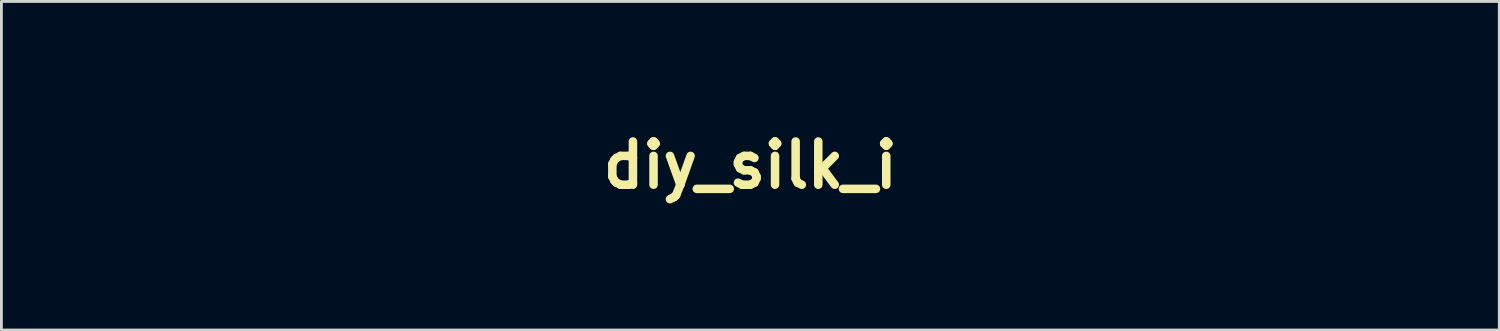
<source format=kicad_pcb>
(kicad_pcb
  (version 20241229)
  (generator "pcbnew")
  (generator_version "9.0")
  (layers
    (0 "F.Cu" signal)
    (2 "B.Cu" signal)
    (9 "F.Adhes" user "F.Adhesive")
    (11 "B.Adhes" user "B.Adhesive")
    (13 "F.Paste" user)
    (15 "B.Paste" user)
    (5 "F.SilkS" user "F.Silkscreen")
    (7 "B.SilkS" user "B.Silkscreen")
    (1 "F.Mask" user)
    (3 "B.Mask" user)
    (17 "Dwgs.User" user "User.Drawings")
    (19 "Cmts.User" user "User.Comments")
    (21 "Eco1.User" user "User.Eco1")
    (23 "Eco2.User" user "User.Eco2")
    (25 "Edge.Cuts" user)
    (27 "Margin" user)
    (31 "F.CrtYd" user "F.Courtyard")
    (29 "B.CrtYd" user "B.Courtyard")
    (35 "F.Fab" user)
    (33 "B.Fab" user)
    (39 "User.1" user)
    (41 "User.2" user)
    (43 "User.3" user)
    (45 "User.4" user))
  (footprint "diy_silk_i"
    (layer "F.Cu")
    (at 23.39 2.77)
    (property "Reference" "diy_silk_i" (at 0 0 0) (layer "F.SilkS") (effects (font (size 1.524 1.524) (thickness 0.3))))
    (attr through_hole)
    (fp_poly (pts (xy -10.101 -0.825) (xy -10.062 -0.8) (xy -10.061 -0.737) (xy -10.065 -0.711) (xy -10.083 -0.635) (xy -10.126 -0.601) (xy -10.219 -0.593) (xy -10.24 -0.593) (xy -10.34 -0.597) (xy -10.38 -0.618) (xy -10.378 -0.668) (xy -10.375 -0.681) (xy -10.355 -0.763) (xy -10.35 -0.8) (xy -10.315 -0.819) (xy -10.228 -0.829) (xy -10.198 -0.83) (xy -10.101 -0.825)) (stroke (width 0.01) (type solid)) (fill yes) (layer "F.Mask"))
    (fp_poly (pts (xy -14.444 -0.366) (xy -14.453 -0.278) (xy -14.48 -0.13) (xy -14.525 0.086) (xy -14.541 0.155) (xy -14.599 0.405) (xy -14.648 0.597) (xy -14.687 0.725) (xy -14.715 0.786) (xy -14.731 0.776) (xy -14.733 0.745) (xy -14.725 0.683) (xy -14.703 0.566) (xy -14.671 0.41) (xy -14.632 0.231) (xy -14.59 0.048) (xy -14.55 -0.122) (xy -14.515 -0.263) (xy -14.489 -0.358) (xy -14.477 -0.389) (xy -14.452 -0.401) (xy -14.444 -0.366)) (stroke (width 0.01) (type solid)) (fill yes) (layer "F.Mask"))
    (fp_poly (pts (xy -13.362 -0.863) (xy -13.324 -0.84) (xy -13.327 -0.8) (xy -13.341 -0.744) (xy -13.37 -0.622) (xy -13.41 -0.444) (xy -13.46 -0.223) (xy -13.517 0.032) (xy -13.574 0.286) (xy -13.801 1.304) (xy -13.954 1.304) (xy -14.053 1.298) (xy -14.091 1.274) (xy -14.088 1.234) (xy -14.075 1.178) (xy -14.046 1.056) (xy -14.006 0.879) (xy -13.956 0.658) (xy -13.899 0.403) (xy -13.842 0.148) (xy -13.615 -0.869) (xy -13.461 -0.869) (xy -13.362 -0.863)) (stroke (width 0.01) (type solid)) (fill yes) (layer "F.Mask"))
    (fp_poly (pts (xy 8.549 -0.377) (xy 8.543 -0.341) (xy 8.548 -0.252) (xy 8.606 -0.16) (xy 8.646 -0.117) (xy 8.769 0.005) (xy 8.72 0.226) (xy 8.687 0.355) (xy 8.65 0.428) (xy 8.593 0.47) (xy 8.532 0.493) (xy 8.393 0.578) (xy 8.329 0.667) (xy 8.267 0.779) (xy 8.228 0.829) (xy 8.216 0.817) (xy 8.226 0.745) (xy 8.25 0.617) (xy 8.287 0.453) (xy 8.33 0.267) (xy 8.377 0.076) (xy 8.423 -0.101) (xy 8.464 -0.249) (xy 8.496 -0.351) (xy 8.512 -0.389) (xy 8.546 -0.414) (xy 8.549 -0.377)) (stroke (width 0.01) (type solid)) (fill yes) (layer "F.Mask"))
    (fp_poly (pts (xy 14.25 -0.863) (xy 14.288 -0.84) (xy 14.285 -0.8) (xy 14.254 -0.678) (xy 14.213 -0.508) (xy 14.168 -0.302) (xy 14.119 -0.075) (xy 14.07 0.16) (xy 14.024 0.391) (xy 13.983 0.603) (xy 13.95 0.783) (xy 13.928 0.919) (xy 13.918 0.996) (xy 13.919 1.007) (xy 13.973 1.056) (xy 14.022 1.067) (xy 14.081 1.074) (xy 14.099 1.111) (xy 14.082 1.199) (xy 14.077 1.215) (xy 14.044 1.276) (xy 13.973 1.301) (xy 13.909 1.304) (xy 13.786 1.287) (xy 13.682 1.246) (xy 13.677 1.242) (xy 13.603 1.147) (xy 13.589 1.074) (xy 13.597 1.006) (xy 13.621 0.874) (xy 13.657 0.689) (xy 13.703 0.463) (xy 13.757 0.21) (xy 13.793 0.049) (xy 13.997 -0.869) (xy 14.151 -0.869) (xy 14.25 -0.863)) (stroke (width 0.01) (type solid)) (fill yes) (layer "F.Mask"))
    (fp_poly (pts (xy 16.803 -0.268) (xy 16.822 -0.23) (xy 16.813 -0.188) (xy 16.794 -0.096) (xy 16.789 -0.049) (xy 16.755 -0.013) (xy 16.686 0) (xy 16.529 0.031) (xy 16.38 0.11) (xy 16.272 0.22) (xy 16.268 0.228) (xy 16.241 0.295) (xy 16.203 0.42) (xy 16.158 0.583) (xy 16.11 0.765) (xy 16.065 0.946) (xy 16.029 1.107) (xy 16.005 1.228) (xy 15.998 1.282) (xy 15.963 1.296) (xy 15.876 1.303) (xy 15.84 1.304) (xy 15.739 1.3) (xy 15.699 1.279) (xy 15.701 1.226) (xy 15.708 1.196) (xy 15.725 1.122) (xy 15.756 0.987) (xy 15.797 0.805) (xy 15.844 0.593) (xy 15.879 0.436) (xy 16.024 -0.217) (xy 16.169 -0.23) (xy 16.27 -0.229) (xy 16.311 -0.202) (xy 16.314 -0.18) (xy 16.32 -0.133) (xy 16.347 -0.125) (xy 16.414 -0.157) (xy 16.481 -0.197) (xy 16.599 -0.251) (xy 16.714 -0.276) (xy 16.724 -0.276) (xy 16.803 -0.268)) (stroke (width 0.01) (type solid)) (fill yes) (layer "F.Mask"))
    (fp_poly (pts (xy -12.022 -0.721) (xy -12.077 -0.634) (xy -12.164 -0.497) (xy -12.273 -0.327) (xy -12.392 -0.14) (xy -12.43 -0.079) (xy -12.555 0.118) (xy -12.644 0.27) (xy -12.708 0.395) (xy -12.754 0.515) (xy -12.793 0.649) (xy -12.831 0.818) (xy -12.84 0.859) (xy -12.935 1.304) (xy -13.084 1.304) (xy -13.18 1.298) (xy -13.231 1.286) (xy -13.233 1.281) (xy -13.225 1.236) (xy -13.203 1.13) (xy -13.17 0.98) (xy -13.134 0.822) (xy -13.036 0.384) (xy -13.154 -0.23) (xy -13.195 -0.439) (xy -13.229 -0.62) (xy -13.255 -0.757) (xy -13.27 -0.839) (xy -13.273 -0.856) (xy -13.238 -0.864) (xy -13.15 -0.869) (xy -13.117 -0.869) (xy -13.043 -0.868) (xy -12.991 -0.855) (xy -12.956 -0.817) (xy -12.93 -0.741) (xy -12.905 -0.614) (xy -12.876 -0.422) (xy -12.875 -0.415) (xy -12.849 -0.261) (xy -12.825 -0.134) (xy -12.805 -0.058) (xy -12.802 -0.05) (xy -12.773 -0.062) (xy -12.713 -0.135) (xy -12.627 -0.261) (xy -12.522 -0.432) (xy -12.521 -0.434) (xy -12.265 -0.867) (xy -12.097 -0.868) (xy -11.929 -0.869) (xy -12.022 -0.721)) (stroke (width 0.01) (type solid)) (fill yes) (layer "F.Mask"))
    (fp_poly (pts (xy -11.323 0.049) (xy -11.382 0.31) (xy -11.434 0.545) (xy -11.478 0.745) (xy -11.51 0.898) (xy -11.529 0.993) (xy -11.533 1.017) (xy -11.51 1.042) (xy -11.433 1.057) (xy -11.292 1.065) (xy -11.149 1.067) (xy -10.764 1.067) (xy -10.484 -0.217) (xy -10.338 -0.23) (xy -10.239 -0.228) (xy -10.193 -0.205) (xy -10.192 -0.2) (xy -10.2 -0.149) (xy -10.223 -0.035) (xy -10.257 0.131) (xy -10.301 0.335) (xy -10.35 0.553) (xy -10.4 0.779) (xy -10.443 0.978) (xy -10.477 1.136) (xy -10.5 1.243) (xy -10.508 1.284) (xy -10.545 1.29) (xy -10.649 1.296) (xy -10.806 1.3) (xy -11.005 1.303) (xy -11.199 1.304) (xy -11.423 1.302) (xy -11.616 1.297) (xy -11.767 1.29) (xy -11.862 1.281) (xy -11.89 1.272) (xy -11.882 1.226) (xy -11.859 1.116) (xy -11.824 0.954) (xy -11.781 0.751) (xy -11.73 0.522) (xy -11.677 0.278) (xy -11.622 0.032) (xy -11.569 -0.204) (xy -11.521 -0.417) (xy -11.481 -0.595) (xy -11.45 -0.725) (xy -11.433 -0.795) (xy -11.432 -0.8) (xy -11.388 -0.85) (xy -11.288 -0.869) (xy -11.263 -0.869) (xy -11.115 -0.869) (xy -11.323 0.049)) (stroke (width 0.01) (type solid)) (fill yes) (layer "F.Mask"))
    (fp_poly (pts (xy -4.546 -0.27) (xy -4.453 -0.246) (xy -4.38 -0.195) (xy -4.363 -0.18) (xy -4.286 -0.063) (xy -4.266 0.033) (xy -4.276 0.142) (xy -4.303 0.299) (xy -4.342 0.483) (xy -4.388 0.675) (xy -4.436 0.853) (xy -4.481 0.996) (xy -4.518 1.084) (xy -4.522 1.09) (xy -4.662 1.234) (xy -4.853 1.318) (xy -5.068 1.343) (xy -5.211 1.337) (xy -5.304 1.313) (xy -5.377 1.262) (xy -5.394 1.246) (xy -5.476 1.113) (xy -5.49 1.019) (xy -5.483 0.947) (xy -5.171 0.947) (xy -5.157 1.015) (xy -5.127 1.059) (xy -5.034 1.103) (xy -4.921 1.074) (xy -4.841 1.017) (xy -4.784 0.936) (xy -4.728 0.803) (xy -4.676 0.637) (xy -4.634 0.458) (xy -4.606 0.287) (xy -4.595 0.143) (xy -4.607 0.045) (xy -4.618 0.024) (xy -4.709 -0.034) (xy -4.821 -0.016) (xy -4.909 0.04) (xy -4.965 0.099) (xy -5.012 0.191) (xy -5.056 0.331) (xy -5.092 0.477) (xy -5.139 0.692) (xy -5.165 0.844) (xy -5.171 0.947) (xy -5.483 0.947) (xy -5.479 0.9) (xy -5.451 0.736) (xy -5.411 0.547) (xy -5.364 0.355) (xy -5.315 0.182) (xy -5.27 0.047) (xy -5.238 -0.019) (xy -5.099 -0.165) (xy -4.91 -0.251) (xy -4.689 -0.276) (xy -4.546 -0.27)) (stroke (width 0.01) (type solid)) (fill yes) (layer "F.Mask"))
    (fp_poly (pts (xy 0.359 -0.27) (xy 0.452 -0.243) (xy 0.527 -0.187) (xy 0.535 -0.18) (xy 0.581 -0.127) (xy 0.61 -0.07) (xy 0.623 0.005) (xy 0.619 0.108) (xy 0.598 0.253) (xy 0.559 0.451) (xy 0.502 0.711) (xy 0.374 1.284) (xy 0.226 1.296) (xy 0.132 1.295) (xy 0.081 1.276) (xy 0.079 1.269) (xy 0.049 1.257) (xy -0.024 1.283) (xy -0.03 1.286) (xy -0.137 1.321) (xy -0.276 1.341) (xy -0.325 1.343) (xy -0.449 1.336) (xy -0.523 1.305) (xy -0.577 1.243) (xy -0.62 1.138) (xy -0.622 1.001) (xy -0.621 0.991) (xy -0.314 0.991) (xy -0.299 1.052) (xy -0.257 1.091) (xy -0.196 1.132) (xy -0.147 1.139) (xy -0.081 1.11) (xy -0.012 1.068) (xy 0.088 0.98) (xy 0.155 0.849) (xy 0.171 0.802) (xy 0.226 0.612) (xy 0.087 0.6) (xy -0.074 0.62) (xy -0.202 0.708) (xy -0.285 0.855) (xy -0.294 0.887) (xy -0.314 0.991) (xy -0.621 0.991) (xy -0.618 0.966) (xy -0.56 0.733) (xy -0.458 0.564) (xy -0.305 0.455) (xy -0.099 0.402) (xy 0.025 0.395) (xy 0.16 0.392) (xy 0.237 0.379) (xy 0.275 0.348) (xy 0.291 0.306) (xy 0.314 0.144) (xy 0.281 0.036) (xy 0.24 0.001) (xy 0.122 -0.036) (xy 0.017 -0.006) (xy -0.063 0.059) (xy -0.149 0.12) (xy -0.247 0.155) (xy -0.337 0.164) (xy -0.398 0.143) (xy -0.408 0.091) (xy -0.408 0.089) (xy -0.311 -0.071) (xy -0.156 -0.189) (xy 0.045 -0.26) (xy 0.217 -0.277) (xy 0.359 -0.27)) (stroke (width 0.01) (type solid)) (fill yes) (layer "F.Mask"))
    (fp_poly (pts (xy -0.51 -0.869) (xy -0.493 -0.869) (xy -0.397 -0.859) (xy -0.36 -0.823) (xy -0.358 -0.8) (xy -0.366 -0.744) (xy -0.391 -0.622) (xy -0.428 -0.445) (xy -0.475 -0.224) (xy -0.531 0.03) (xy -0.586 0.277) (xy -0.812 1.284) (xy -0.959 1.296) (xy -1.053 1.295) (xy -1.104 1.278) (xy -1.106 1.272) (xy -1.098 1.221) (xy -1.075 1.109) (xy -1.042 0.955) (xy -1.007 0.798) (xy -0.968 0.622) (xy -0.936 0.476) (xy -0.915 0.375) (xy -0.909 0.338) (xy -0.945 0.327) (xy -1.04 0.319) (xy -1.174 0.316) (xy -1.184 0.316) (xy -1.292 0.314) (xy -1.369 0.316) (xy -1.423 0.333) (xy -1.462 0.375) (xy -1.494 0.454) (xy -1.526 0.581) (xy -1.567 0.768) (xy -1.596 0.902) (xy -1.68 1.284) (xy -1.828 1.296) (xy -1.922 1.296) (xy -1.973 1.28) (xy -1.975 1.274) (xy -1.967 1.228) (xy -1.944 1.117) (xy -1.909 0.955) (xy -1.865 0.752) (xy -1.815 0.523) (xy -1.762 0.279) (xy -1.707 0.032) (xy -1.654 -0.204) (xy -1.606 -0.417) (xy -1.566 -0.595) (xy -1.535 -0.726) (xy -1.518 -0.796) (xy -1.517 -0.8) (xy -1.474 -0.85) (xy -1.375 -0.869) (xy -1.346 -0.869) (xy -1.196 -0.869) (xy -1.29 -0.464) (xy -1.331 -0.286) (xy -1.367 -0.128) (xy -1.394 -0.012) (xy -1.404 0.031) (xy -1.411 0.078) (xy -1.395 0.104) (xy -1.34 0.115) (xy -1.232 0.114) (xy -1.138 0.11) (xy -0.851 0.099) (xy -0.766 -0.283) (xy -0.717 -0.507) (xy -0.68 -0.666) (xy -0.652 -0.77) (xy -0.626 -0.831) (xy -0.597 -0.86) (xy -0.56 -0.869) (xy -0.51 -0.869)) (stroke (width 0.01) (type solid)) (fill yes) (layer "F.Mask"))
    (fp_poly (pts (xy -14.316 -0.861) (xy -14.145 -0.835) (xy -14.026 -0.786) (xy -13.946 -0.709) (xy -13.904 -0.63) (xy -13.886 -0.574) (xy -13.878 -0.509) (xy -13.883 -0.421) (xy -13.901 -0.297) (xy -13.934 -0.123) (xy -13.983 0.113) (xy -14.052 0.426) (xy -14.114 0.671) (xy -14.173 0.859) (xy -14.236 0.999) (xy -14.306 1.101) (xy -14.388 1.175) (xy -14.488 1.232) (xy -14.526 1.249) (xy -14.609 1.271) (xy -14.738 1.287) (xy -14.893 1.298) (xy -15.055 1.304) (xy -15.206 1.304) (xy -15.325 1.297) (xy -15.395 1.282) (xy -15.406 1.272) (xy -15.398 1.226) (xy -15.375 1.116) (xy -15.358 1.039) (xy -15.05 1.039) (xy -15.015 1.057) (xy -14.923 1.062) (xy -14.849 1.057) (xy -14.687 1.025) (xy -14.571 0.959) (xy -14.548 0.938) (xy -14.504 0.881) (xy -14.463 0.8) (xy -14.422 0.68) (xy -14.376 0.509) (xy -14.321 0.274) (xy -14.315 0.251) (xy -14.269 0.041) (xy -14.23 -0.145) (xy -14.2 -0.292) (xy -14.184 -0.384) (xy -14.182 -0.405) (xy -14.217 -0.51) (xy -14.313 -0.588) (xy -14.455 -0.629) (xy -14.517 -0.632) (xy -14.623 -0.628) (xy -14.687 -0.617) (xy -14.695 -0.611) (xy -14.703 -0.568) (xy -14.726 -0.459) (xy -14.761 -0.297) (xy -14.806 -0.093) (xy -14.858 0.141) (xy -14.873 0.206) (xy -14.926 0.447) (xy -14.973 0.663) (xy -15.011 0.84) (xy -15.038 0.968) (xy -15.05 1.034) (xy -15.05 1.039) (xy -15.358 1.039) (xy -15.34 0.954) (xy -15.296 0.751) (xy -15.246 0.522) (xy -15.192 0.278) (xy -15.138 0.032) (xy -15.085 -0.204) (xy -15.037 -0.417) (xy -14.996 -0.595) (xy -14.966 -0.725) (xy -14.949 -0.795) (xy -14.947 -0.8) (xy -14.928 -0.833) (xy -14.882 -0.853) (xy -14.794 -0.864) (xy -14.651 -0.869) (xy -14.552 -0.869) (xy -14.316 -0.861)) (stroke (width 0.01) (type solid)) (fill yes) (layer "F.Mask"))
    (fp_poly (pts (xy -2.513 -0.251) (xy -2.412 -0.175) (xy -2.371 -0.048) (xy -2.37 -0.022) (xy -2.378 0.047) (xy -2.401 0.176) (xy -2.434 0.348) (xy -2.474 0.544) (xy -2.517 0.748) (xy -2.56 0.941) (xy -2.599 1.108) (xy -2.631 1.23) (xy -2.632 1.234) (xy -2.674 1.285) (xy -2.772 1.303) (xy -2.8 1.304) (xy -2.949 1.304) (xy -2.811 0.694) (xy -2.758 0.456) (xy -2.724 0.283) (xy -2.706 0.164) (xy -2.703 0.086) (xy -2.713 0.039) (xy -2.724 0.022) (xy -2.813 -0.034) (xy -2.923 -0.016) (xy -3.02 0.049) (xy -3.063 0.096) (xy -3.101 0.163) (xy -3.138 0.264) (xy -3.178 0.41) (xy -3.226 0.616) (xy -3.25 0.721) (xy -3.377 1.304) (xy -3.53 1.304) (xy -3.628 1.299) (xy -3.665 1.276) (xy -3.663 1.222) (xy -3.661 1.215) (xy -3.645 1.143) (xy -3.616 1.013) (xy -3.578 0.841) (xy -3.536 0.645) (xy -3.53 0.62) (xy -3.482 0.385) (xy -3.456 0.215) (xy -3.453 0.099) (xy -3.474 0.026) (xy -3.52 -0.014) (xy -3.588 -0.032) (xy -3.695 -0.011) (xy -3.791 0.084) (xy -3.871 0.246) (xy -3.92 0.417) (xy -3.961 0.602) (xy -4.009 0.816) (xy -4.049 0.997) (xy -4.116 1.304) (xy -4.271 1.304) (xy -4.37 1.3) (xy -4.408 1.278) (xy -4.405 1.222) (xy -4.399 1.196) (xy -4.381 1.122) (xy -4.351 0.987) (xy -4.31 0.805) (xy -4.262 0.593) (xy -4.227 0.436) (xy -4.083 -0.217) (xy -3.938 -0.23) (xy -3.844 -0.228) (xy -3.794 -0.209) (xy -3.792 -0.202) (xy -3.763 -0.19) (xy -3.689 -0.216) (xy -3.684 -0.219) (xy -3.555 -0.261) (xy -3.405 -0.275) (xy -3.264 -0.261) (xy -3.163 -0.22) (xy -3.157 -0.214) (xy -3.102 -0.176) (xy -3.046 -0.179) (xy -2.968 -0.214) (xy -2.85 -0.254) (xy -2.707 -0.276) (xy -2.674 -0.277) (xy -2.513 -0.251)) (stroke (width 0.01) (type solid)) (fill yes) (layer "F.Mask"))
    (fp_poly (pts (xy -9.513 -0.266) (xy -9.418 -0.231) (xy -9.4 -0.216) (xy -9.343 -0.178) (xy -9.308 -0.196) (xy -9.244 -0.226) (xy -9.152 -0.237) (xy -9.065 -0.228) (xy -9.012 -0.202) (xy -9.008 -0.188) (xy -9.018 -0.11) (xy -9.044 0.027) (xy -9.083 0.21) (xy -9.132 0.426) (xy -9.186 0.659) (xy -9.244 0.898) (xy -9.301 1.128) (xy -9.355 1.335) (xy -9.401 1.505) (xy -9.437 1.626) (xy -9.459 1.681) (xy -9.595 1.824) (xy -9.78 1.908) (xy -10.016 1.935) (xy -10.17 1.928) (xy -10.271 1.903) (xy -10.342 1.855) (xy -10.416 1.734) (xy -10.429 1.638) (xy -10.422 1.546) (xy -10.387 1.508) (xy -10.301 1.501) (xy -10.3 1.501) (xy -10.194 1.519) (xy -10.136 1.582) (xy -10.132 1.59) (xy -10.063 1.673) (xy -9.969 1.695) (xy -9.865 1.664) (xy -9.765 1.587) (xy -9.684 1.47) (xy -9.644 1.354) (xy -9.608 1.188) (xy -9.72 1.246) (xy -9.856 1.291) (xy -10.007 1.303) (xy -10.145 1.285) (xy -10.241 1.236) (xy -10.245 1.231) (xy -10.282 1.179) (xy -10.301 1.114) (xy -10.304 1.023) (xy -10.296 0.956) (xy -9.975 0.956) (xy -9.957 1.003) (xy -9.954 1.008) (xy -9.882 1.059) (xy -9.786 1.054) (xy -9.704 1.023) (xy -9.634 0.977) (xy -9.578 0.903) (xy -9.529 0.785) (xy -9.48 0.609) (xy -9.462 0.531) (xy -9.417 0.295) (xy -9.41 0.125) (xy -9.44 0.018) (xy -9.51 -0.03) (xy -9.618 -0.024) (xy -9.696 0.011) (xy -9.76 0.078) (xy -9.815 0.189) (xy -9.867 0.356) (xy -9.917 0.564) (xy -9.956 0.751) (xy -9.975 0.877) (xy -9.975 0.956) (xy -10.296 0.956) (xy -10.288 0.892) (xy -10.253 0.708) (xy -10.21 0.509) (xy -10.154 0.266) (xy -10.108 0.088) (xy -10.067 -0.037) (xy -10.025 -0.121) (xy -9.977 -0.176) (xy -9.919 -0.215) (xy -9.911 -0.219) (xy -9.789 -0.26) (xy -9.646 -0.275) (xy -9.513 -0.266)) (stroke (width 0.01) (type solid)) (fill yes) (layer "F.Mask"))
    (fp_poly (pts (xy 14.803 -0.863) (xy 14.841 -0.84) (xy 14.838 -0.8) (xy 14.807 -0.678) (xy 14.766 -0.508) (xy 14.721 -0.302) (xy 14.672 -0.075) (xy 14.623 0.16) (xy 14.577 0.391) (xy 14.536 0.603) (xy 14.503 0.783) (xy 14.481 0.919) (xy 14.471 0.996) (xy 14.472 1.007) (xy 14.526 1.058) (xy 14.565 1.066) (xy 14.598 1.054) (xy 14.628 1.009) (xy 14.658 0.919) (xy 14.692 0.774) (xy 14.727 0.605) (xy 14.763 0.435) (xy 15.059 0.435) (xy 15.52 0.435) (xy 15.546 0.256) (xy 15.55 0.097) (xy 15.506 -0.002) (xy 15.416 -0.039) (xy 15.406 -0.04) (xy 15.297 -0.004) (xy 15.195 0.089) (xy 15.118 0.218) (xy 15.099 0.275) (xy 15.059 0.435) (xy 14.763 0.435) (xy 14.777 0.366) (xy 14.822 0.19) (xy 14.869 0.061) (xy 14.923 -0.037) (xy 14.99 -0.119) (xy 15.028 -0.156) (xy 15.109 -0.215) (xy 15.212 -0.25) (xy 15.364 -0.268) (xy 15.386 -0.269) (xy 15.527 -0.276) (xy 15.617 -0.267) (xy 15.683 -0.235) (xy 15.754 -0.172) (xy 15.765 -0.16) (xy 15.842 -0.075) (xy 15.873 -0.000013) (xy 15.871 0.102) (xy 15.865 0.146) (xy 15.84 0.299) (xy 15.807 0.449) (xy 15.799 0.48) (xy 15.758 0.632) (xy 15.389 0.632) (xy 15.204 0.634) (xy 15.084 0.648) (xy 15.015 0.683) (xy 14.983 0.749) (xy 14.973 0.858) (xy 14.972 0.934) (xy 14.999 1.044) (xy 15.07 1.101) (xy 15.169 1.104) (xy 15.278 1.049) (xy 15.341 0.988) (xy 15.448 0.895) (xy 15.561 0.869) (xy 15.655 0.891) (xy 15.683 0.955) (xy 15.646 1.055) (xy 15.6 1.121) (xy 15.458 1.251) (xy 15.277 1.323) (xy 15.07 1.343) (xy 14.93 1.336) (xy 14.837 1.31) (xy 14.761 1.255) (xy 14.749 1.243) (xy 14.682 1.179) (xy 14.649 1.17) (xy 14.631 1.21) (xy 14.628 1.223) (xy 14.593 1.28) (xy 14.514 1.302) (xy 14.462 1.304) (xy 14.305 1.278) (xy 14.194 1.208) (xy 14.144 1.102) (xy 14.142 1.074) (xy 14.15 1.006) (xy 14.174 0.874) (xy 14.21 0.689) (xy 14.256 0.463) (xy 14.31 0.21) (xy 14.346 0.049) (xy 14.55 -0.869) (xy 14.704 -0.869) (xy 14.803 -0.863)) (stroke (width 0.01) (type solid)) (fill yes) (layer "F.Mask"))
    (fp_poly (pts (xy 6.256 -0.267) (xy 6.275 -0.229) (xy 6.268 -0.194) (xy 6.257 -0.138) (xy 6.278 -0.141) (xy 6.325 -0.182) (xy 6.431 -0.235) (xy 6.609 -0.266) (xy 6.657 -0.269) (xy 6.798 -0.276) (xy 6.887 -0.267) (xy 6.954 -0.234) (xy 7.025 -0.171) (xy 7.035 -0.16) (xy 7.112 -0.075) (xy 7.143 -0.000013) (xy 7.141 0.102) (xy 7.135 0.146) (xy 7.11 0.299) (xy 7.077 0.449) (xy 7.069 0.48) (xy 7.028 0.632) (xy 6.659 0.632) (xy 6.474 0.634) (xy 6.354 0.648) (xy 6.285 0.683) (xy 6.253 0.749) (xy 6.243 0.858) (xy 6.242 0.934) (xy 6.269 1.044) (xy 6.34 1.101) (xy 6.439 1.104) (xy 6.548 1.049) (xy 6.611 0.988) (xy 6.718 0.895) (xy 6.831 0.869) (xy 6.925 0.891) (xy 6.953 0.955) (xy 6.916 1.055) (xy 6.87 1.121) (xy 6.728 1.251) (xy 6.547 1.323) (xy 6.34 1.343) (xy 6.199 1.336) (xy 6.105 1.31) (xy 6.03 1.254) (xy 6.022 1.246) (xy 5.942 1.121) (xy 5.925 1.028) (xy 5.935 0.93) (xy 5.959 0.778) (xy 5.994 0.598) (xy 6.029 0.435) (xy 6.329 0.435) (xy 6.79 0.435) (xy 6.816 0.256) (xy 6.82 0.097) (xy 6.776 -0.002) (xy 6.686 -0.039) (xy 6.676 -0.04) (xy 6.567 -0.004) (xy 6.465 0.089) (xy 6.388 0.218) (xy 6.369 0.275) (xy 6.329 0.435) (xy 6.029 0.435) (xy 6.034 0.413) (xy 6.074 0.247) (xy 6.109 0.124) (xy 6.122 0.089) (xy 6.141 0.022) (xy 6.111 0.000455) (xy 6.098 0) (xy 5.977 0.029) (xy 5.846 0.102) (xy 5.742 0.197) (xy 5.721 0.228) (xy 5.694 0.295) (xy 5.656 0.42) (xy 5.61 0.583) (xy 5.563 0.765) (xy 5.518 0.946) (xy 5.482 1.107) (xy 5.458 1.228) (xy 5.451 1.282) (xy 5.416 1.296) (xy 5.329 1.303) (xy 5.293 1.304) (xy 5.192 1.3) (xy 5.152 1.279) (xy 5.154 1.226) (xy 5.161 1.196) (xy 5.178 1.122) (xy 5.209 0.987) (xy 5.25 0.805) (xy 5.297 0.593) (xy 5.332 0.436) (xy 5.476 -0.217) (xy 5.622 -0.23) (xy 5.722 -0.229) (xy 5.764 -0.202) (xy 5.767 -0.18) (xy 5.773 -0.133) (xy 5.8 -0.125) (xy 5.867 -0.157) (xy 5.934 -0.197) (xy 6.052 -0.251) (xy 6.166 -0.276) (xy 6.177 -0.276) (xy 6.256 -0.267)) (stroke (width 0.01) (type solid)) (fill yes) (layer "F.Mask"))
    (fp_poly (pts (xy 8.846 -0.886) (xy 8.996 -0.817) (xy 9.084 -0.7) (xy 9.11 -0.534) (xy 9.1 -0.432) (xy 9.079 -0.332) (xy 9.041 -0.288) (xy 8.962 -0.277) (xy 8.925 -0.277) (xy 8.828 -0.28) (xy 8.789 -0.306) (xy 8.79 -0.372) (xy 8.796 -0.408) (xy 8.788 -0.535) (xy 8.728 -0.621) (xy 8.633 -0.665) (xy 8.521 -0.666) (xy 8.408 -0.62) (xy 8.311 -0.527) (xy 8.276 -0.465) (xy 8.236 -0.358) (xy 8.191 -0.2) (xy 8.144 -0.009) (xy 8.096 0.201) (xy 8.053 0.414) (xy 8.016 0.615) (xy 7.989 0.787) (xy 7.976 0.916) (xy 7.979 0.985) (xy 7.98 0.989) (xy 8.059 1.066) (xy 8.17 1.091) (xy 8.292 1.07) (xy 8.406 1.009) (xy 8.465 0.947) (xy 9.129 0.947) (xy 9.143 1.015) (xy 9.172 1.059) (xy 9.266 1.103) (xy 9.379 1.074) (xy 9.459 1.017) (xy 9.516 0.936) (xy 9.572 0.803) (xy 9.623 0.637) (xy 9.666 0.458) (xy 9.694 0.287) (xy 9.705 0.143) (xy 9.693 0.045) (xy 9.682 0.024) (xy 9.591 -0.034) (xy 9.479 -0.016) (xy 9.391 0.04) (xy 9.335 0.099) (xy 9.288 0.191) (xy 9.244 0.331) (xy 9.208 0.477) (xy 9.161 0.692) (xy 9.135 0.844) (xy 9.129 0.947) (xy 8.465 0.947) (xy 8.493 0.918) (xy 8.532 0.802) (xy 8.533 0.785) (xy 8.548 0.736) (xy 8.608 0.715) (xy 8.689 0.711) (xy 8.792 0.705) (xy 8.845 0.672) (xy 8.877 0.59) (xy 8.884 0.563) (xy 8.918 0.419) (xy 8.948 0.275) (xy 8.948 0.271) (xy 9.022 0.047) (xy 9.15 -0.12) (xy 9.33 -0.229) (xy 9.557 -0.275) (xy 9.611 -0.276) (xy 9.754 -0.27) (xy 9.847 -0.246) (xy 9.92 -0.195) (xy 9.937 -0.18) (xy 10.014 -0.063) (xy 10.034 0.033) (xy 10.023 0.142) (xy 9.996 0.299) (xy 9.957 0.483) (xy 9.911 0.675) (xy 9.863 0.853) (xy 9.819 0.996) (xy 9.782 1.084) (xy 9.778 1.09) (xy 9.638 1.234) (xy 9.447 1.318) (xy 9.232 1.343) (xy 9.089 1.337) (xy 8.995 1.313) (xy 8.922 1.262) (xy 8.906 1.246) (xy 8.836 1.144) (xy 8.807 1.039) (xy 8.802 0.968) (xy 8.788 0.97) (xy 8.771 1.007) (xy 8.692 1.124) (xy 8.566 1.233) (xy 8.441 1.301) (xy 8.289 1.336) (xy 8.114 1.345) (xy 7.945 1.328) (xy 7.811 1.288) (xy 7.771 1.264) (xy 7.691 1.173) (xy 7.647 1.076) (xy 7.648 0.995) (xy 7.667 0.854) (xy 7.699 0.666) (xy 7.743 0.448) (xy 7.794 0.215) (xy 7.85 -0.019) (xy 7.905 -0.238) (xy 7.958 -0.427) (xy 8.004 -0.571) (xy 8.04 -0.655) (xy 8.044 -0.661) (xy 8.198 -0.802) (xy 8.404 -0.885) (xy 8.632 -0.909) (xy 8.846 -0.886)) (stroke (width 0.01) (type solid)) (fill yes) (layer "F.Mask"))
    (fp_poly (pts (xy 11.786 -0.708) (xy 11.804 -0.682) (xy 11.801 -0.618) (xy 11.778 -0.502) (xy 11.747 -0.356) (xy 11.737 -0.275) (xy 11.765 -0.242) (xy 11.851 -0.233) (xy 11.856 -0.233) (xy 11.992 -0.232) (xy 12.135 -0.236) (xy 12.137 -0.236) (xy 12.24 -0.232) (xy 12.282 -0.202) (xy 12.285 -0.181) (xy 12.291 -0.134) (xy 12.318 -0.125) (xy 12.384 -0.157) (xy 12.452 -0.197) (xy 12.57 -0.251) (xy 12.684 -0.276) (xy 12.695 -0.276) (xy 12.774 -0.267) (xy 12.793 -0.228) (xy 12.788 -0.201) (xy 12.779 -0.153) (xy 12.799 -0.148) (xy 12.864 -0.183) (xy 12.892 -0.201) (xy 13.048 -0.259) (xy 13.245 -0.276) (xy 13.388 -0.27) (xy 13.481 -0.246) (xy 13.554 -0.195) (xy 13.571 -0.18) (xy 13.648 -0.063) (xy 13.668 0.033) (xy 13.658 0.142) (xy 13.631 0.299) (xy 13.592 0.483) (xy 13.546 0.675) (xy 13.498 0.853) (xy 13.453 0.996) (xy 13.416 1.084) (xy 13.412 1.09) (xy 13.272 1.234) (xy 13.081 1.318) (xy 12.866 1.343) (xy 12.723 1.337) (xy 12.63 1.313) (xy 12.557 1.262) (xy 12.54 1.246) (xy 12.46 1.121) (xy 12.443 1.028) (xy 12.451 0.947) (xy 12.763 0.947) (xy 12.777 1.015) (xy 12.807 1.059) (xy 12.9 1.103) (xy 13.013 1.074) (xy 13.093 1.017) (xy 13.15 0.936) (xy 13.206 0.803) (xy 13.258 0.637) (xy 13.3 0.458) (xy 13.328 0.287) (xy 13.339 0.143) (xy 13.327 0.045) (xy 13.316 0.024) (xy 13.225 -0.034) (xy 13.113 -0.016) (xy 13.025 0.04) (xy 12.969 0.099) (xy 12.922 0.191) (xy 12.878 0.331) (xy 12.842 0.477) (xy 12.795 0.692) (xy 12.769 0.844) (xy 12.763 0.947) (xy 12.451 0.947) (xy 12.453 0.93) (xy 12.477 0.778) (xy 12.512 0.598) (xy 12.552 0.413) (xy 12.592 0.247) (xy 12.627 0.124) (xy 12.64 0.089) (xy 12.659 0.022) (xy 12.628 0.000455) (xy 12.616 0) (xy 12.494 0.029) (xy 12.364 0.102) (xy 12.26 0.197) (xy 12.239 0.228) (xy 12.212 0.295) (xy 12.174 0.42) (xy 12.128 0.583) (xy 12.081 0.765) (xy 12.036 0.946) (xy 11.999 1.107) (xy 11.976 1.228) (xy 11.969 1.282) (xy 11.933 1.292) (xy 11.836 1.299) (xy 11.696 1.303) (xy 11.642 1.304) (xy 11.42 1.293) (xy 11.266 1.259) (xy 11.176 1.2) (xy 11.17 1.185) (xy 11.653 1.185) (xy 11.668 1.218) (xy 11.68 1.211) (xy 11.684 1.165) (xy 11.68 1.159) (xy 11.656 1.164) (xy 11.653 1.185) (xy 11.17 1.185) (xy 11.141 1.111) (xy 11.14 1.089) (xy 11.148 1.022) (xy 11.148 1.021) (xy 11.473 1.021) (xy 11.475 1.026) (xy 11.529 1.056) (xy 11.606 1.067) (xy 11.647 1.064) (xy 11.679 1.049) (xy 11.706 1.011) (xy 11.734 0.938) (xy 11.765 0.818) (xy 11.806 0.64) (xy 11.844 0.47) (xy 11.887 0.264) (xy 11.922 0.085) (xy 11.945 -0.052) (xy 11.954 -0.133) (xy 11.952 -0.149) (xy 11.933 -0.137) (xy 11.93 -0.105) (xy 11.905 -0.057) (xy 11.821 -0.04) (xy 11.801 -0.04) (xy 11.671 -0.04) (xy 11.561 0.473) (xy 11.521 0.666) (xy 11.492 0.832) (xy 11.475 0.956) (xy 11.473 1.021) (xy 11.148 1.021) (xy 11.17 0.896) (xy 11.202 0.732) (xy 11.24 0.549) (xy 11.28 0.364) (xy 11.318 0.199) (xy 11.35 0.071) (xy 11.361 0.03) (xy 11.356 -0.027) (xy 11.307 -0.04) (xy 11.27 -0.028) (xy 11.238 0.014) (xy 11.207 0.101) (xy 11.17 0.244) (xy 11.142 0.365) (xy 11.096 0.572) (xy 11.049 0.784) (xy 11.008 0.968) (xy 10.993 1.037) (xy 10.934 1.304) (xy 10.777 1.304) (xy 10.677 1.298) (xy 10.639 1.275) (xy 10.642 1.234) (xy 10.673 1.117) (xy 10.711 0.958) (xy 10.751 0.773) (xy 10.791 0.58) (xy 10.826 0.395) (xy 10.855 0.235) (xy 10.872 0.116) (xy 10.876 0.056) (xy 10.875 0.054) (xy 10.815 -0.01) (xy 10.718 -0.028) (xy 10.609 -0.004) (xy 10.512 0.059) (xy 10.47 0.115) (xy 10.451 0.171) (xy 10.42 0.286) (xy 10.38 0.444) (xy 10.335 0.626) (xy 10.29 0.815) (xy 10.25 0.993) (xy 10.217 1.143) (xy 10.196 1.247) (xy 10.192 1.284) (xy 10.157 1.296) (xy 10.069 1.303) (xy 10.033 1.304) (xy 9.932 1.3) (xy 9.892 1.279) (xy 9.894 1.226) (xy 9.901 1.196) (xy 9.918 1.122) (xy 9.949 0.987) (xy 9.99 0.805) (xy 10.038 0.593) (xy 10.072 0.436) (xy 10.217 -0.217) (xy 10.362 -0.23) (xy 10.456 -0.228) (xy 10.505 -0.209) (xy 10.508 -0.202) (xy 10.537 -0.19) (xy 10.611 -0.216) (xy 10.616 -0.219) (xy 10.748 -0.262) (xy 10.901 -0.275) (xy 11.043 -0.259) (xy 11.144 -0.214) (xy 11.146 -0.211) (xy 11.201 -0.176) (xy 11.219 -0.191) (xy 11.252 -0.226) (xy 11.317 -0.237) (xy 11.396 -0.258) (xy 11.437 -0.335) (xy 11.439 -0.346) (xy 11.477 -0.509) (xy 11.505 -0.611) (xy 11.534 -0.667) (xy 11.574 -0.692) (xy 11.635 -0.701) (xy 11.671 -0.704) (xy 11.742 -0.711) (xy 11.786 -0.708)) (stroke (width 0.01) (type solid)) (fill yes) (layer "F.Mask"))
    (fp_poly (pts (xy 2.688 -0.869) (xy 2.733 -0.857) (xy 2.749 -0.821) (xy 2.74 -0.745) (xy 2.709 -0.615) (xy 2.683 -0.514) (xy 2.652 -0.371) (xy 2.654 -0.287) (xy 2.692 -0.245) (xy 2.755 -0.23) (xy 2.864 -0.217) (xy 2.884 0.274) (xy 2.903 0.766) (xy 3.136 0.264) (xy 3.229 0.066) (xy 3.297 -0.072) (xy 3.347 -0.16) (xy 3.389 -0.209) (xy 3.43 -0.231) (xy 3.478 -0.237) (xy 3.502 -0.237) (xy 3.634 -0.237) (xy 3.638 0.267) (xy 3.642 0.77) (xy 3.885 0.267) (xy 4.128 -0.237) (xy 4.275 -0.237) (xy 4.371 -0.23) (xy 4.403 -0.205) (xy 4.398 -0.175) (xy 4.396 -0.143) (xy 4.436 -0.154) (xy 4.508 -0.195) (xy 4.663 -0.258) (xy 4.84 -0.282) (xy 5.012 -0.267) (xy 5.152 -0.214) (xy 5.196 -0.18) (xy 5.242 -0.127) (xy 5.272 -0.07) (xy 5.285 0.005) (xy 5.281 0.108) (xy 5.259 0.253) (xy 5.22 0.451) (xy 5.163 0.711) (xy 5.035 1.284) (xy 4.888 1.296) (xy 4.793 1.295) (xy 4.743 1.276) (xy 4.74 1.269) (xy 4.711 1.257) (xy 4.637 1.283) (xy 4.632 1.286) (xy 4.524 1.321) (xy 4.385 1.341) (xy 4.336 1.343) (xy 4.179 1.32) (xy 4.08 1.249) (xy 4.038 1.123) (xy 4.042 0.991) (xy 4.348 0.991) (xy 4.363 1.052) (xy 4.404 1.091) (xy 4.465 1.132) (xy 4.514 1.139) (xy 4.58 1.11) (xy 4.65 1.068) (xy 4.75 0.98) (xy 4.817 0.849) (xy 4.832 0.802) (xy 4.887 0.612) (xy 4.748 0.6) (xy 4.587 0.62) (xy 4.459 0.708) (xy 4.376 0.855) (xy 4.367 0.887) (xy 4.348 0.991) (xy 4.042 0.991) (xy 4.043 0.966) (xy 4.101 0.733) (xy 4.204 0.564) (xy 4.356 0.455) (xy 4.562 0.402) (xy 4.686 0.395) (xy 4.822 0.392) (xy 4.898 0.379) (xy 4.936 0.348) (xy 4.952 0.306) (xy 4.975 0.144) (xy 4.942 0.036) (xy 4.901 0.001) (xy 4.783 -0.036) (xy 4.678 -0.006) (xy 4.598 0.059) (xy 4.465 0.143) (xy 4.372 0.158) (xy 4.324 0.161) (xy 4.283 0.175) (xy 4.242 0.211) (xy 4.194 0.28) (xy 4.132 0.391) (xy 4.048 0.554) (xy 3.96 0.731) (xy 3.674 1.304) (xy 3.397 1.304) (xy 3.397 0.871) (xy 3.394 0.695) (xy 3.387 0.549) (xy 3.375 0.451) (xy 3.364 0.419) (xy 3.336 0.445) (xy 3.283 0.53) (xy 3.213 0.662) (xy 3.133 0.827) (xy 3.122 0.851) (xy 3.034 1.038) (xy 2.971 1.165) (xy 2.923 1.243) (xy 2.882 1.284) (xy 2.838 1.301) (xy 2.784 1.304) (xy 2.676 1.284) (xy 2.631 1.241) (xy 2.621 1.177) (xy 2.612 1.054) (xy 2.605 0.891) (xy 2.602 0.757) (xy 2.598 0.569) (xy 2.59 0.399) (xy 2.58 0.27) (xy 2.572 0.217) (xy 2.558 0.171) (xy 2.542 0.174) (xy 2.521 0.234) (xy 2.491 0.36) (xy 2.474 0.435) (xy 2.431 0.633) (xy 2.385 0.843) (xy 2.345 1.023) (xy 2.342 1.039) (xy 2.282 1.308) (xy 2.079 1.306) (xy 1.914 1.31) (xy 1.73 1.321) (xy 1.655 1.327) (xy 1.514 1.335) (xy 1.426 1.322) (xy 1.369 1.284) (xy 1.329 1.224) (xy 1.31 1.137) (xy 1.312 1.011) (xy 1.317 0.98) (xy 1.633 0.98) (xy 1.647 1.03) (xy 1.658 1.045) (xy 1.747 1.101) (xy 1.858 1.082) (xy 1.956 1.017) (xy 2.021 0.94) (xy 2.075 0.822) (xy 2.126 0.647) (xy 2.135 0.612) (xy 2.186 0.358) (xy 2.204 0.171) (xy 2.187 0.047) (xy 2.134 -0.019) (xy 2.044 -0.032) (xy 1.996 -0.024) (xy 1.917 0.011) (xy 1.854 0.077) (xy 1.799 0.188) (xy 1.747 0.354) (xy 1.693 0.582) (xy 1.655 0.771) (xy 1.635 0.899) (xy 1.633 0.98) (xy 1.317 0.98) (xy 1.337 0.837) (xy 1.385 0.601) (xy 1.402 0.521) (xy 1.442 0.343) (xy 1.474 0.192) (xy 1.495 0.085) (xy 1.501 0.042) (xy 1.473 0.003) (xy 1.401 0.003) (xy 1.303 0.036) (xy 1.2 0.092) (xy 1.109 0.165) (xy 1.059 0.228) (xy 1.033 0.295) (xy 0.995 0.42) (xy 0.949 0.583) (xy 0.902 0.765) (xy 0.857 0.946) (xy 0.82 1.107) (xy 0.796 1.228) (xy 0.79 1.282) (xy 0.755 1.296) (xy 0.667 1.303) (xy 0.631 1.304) (xy 0.531 1.3) (xy 0.491 1.279) (xy 0.492 1.226) (xy 0.499 1.196) (xy 0.517 1.122) (xy 0.548 0.987) (xy 0.589 0.805) (xy 0.636 0.593) (xy 0.671 0.436) (xy 0.815 -0.217) (xy 0.961 -0.23) (xy 1.061 -0.229) (xy 1.102 -0.202) (xy 1.106 -0.18) (xy 1.111 -0.133) (xy 1.139 -0.125) (xy 1.205 -0.157) (xy 1.273 -0.197) (xy 1.392 -0.251) (xy 1.507 -0.274) (xy 1.594 -0.264) (xy 1.628 -0.231) (xy 1.659 -0.206) (xy 1.728 -0.231) (xy 1.818 -0.259) (xy 1.938 -0.274) (xy 2.06 -0.273) (xy 2.155 -0.259) (xy 2.192 -0.237) (xy 2.242 -0.192) (xy 2.289 -0.222) (xy 2.336 -0.327) (xy 2.384 -0.51) (xy 2.389 -0.533) (xy 2.459 -0.869) (xy 2.613 -0.869) (xy 2.688 -0.869)) (stroke (width 0.01) (type solid)) (fill yes) (layer "F.Mask"))
    (fp_poly (pts (xy -8.488 -0.863) (xy -8.471 -0.833) (xy -8.476 -0.766) (xy -8.502 -0.647) (xy -8.533 -0.514) (xy -8.571 -0.346) (xy -8.593 -0.243) (xy -8.596 -0.192) (xy -8.58 -0.181) (xy -8.543 -0.198) (xy -8.503 -0.219) (xy -8.352 -0.268) (xy -8.186 -0.275) (xy -8.037 -0.242) (xy -7.952 -0.191) (xy -7.89 -0.138) (xy -7.864 -0.14) (xy -7.861 -0.171) (xy -7.828 -0.225) (xy -7.763 -0.237) (xy -7.683 -0.258) (xy -7.643 -0.335) (xy -7.64 -0.346) (xy -7.603 -0.509) (xy -7.575 -0.611) (xy -7.545 -0.667) (xy -7.505 -0.692) (xy -7.445 -0.701) (xy -7.409 -0.704) (xy -7.337 -0.711) (xy -7.294 -0.708) (xy -7.275 -0.682) (xy -7.279 -0.618) (xy -7.302 -0.502) (xy -7.333 -0.356) (xy -7.343 -0.275) (xy -7.315 -0.242) (xy -7.228 -0.233) (xy -7.224 -0.233) (xy -7.087 -0.232) (xy -6.944 -0.236) (xy -6.943 -0.236) (xy -6.84 -0.232) (xy -6.798 -0.202) (xy -6.794 -0.181) (xy -6.789 -0.134) (xy -6.762 -0.125) (xy -6.696 -0.157) (xy -6.627 -0.197) (xy -6.51 -0.251) (xy -6.395 -0.276) (xy -6.385 -0.276) (xy -6.306 -0.267) (xy -6.286 -0.228) (xy -6.291 -0.201) (xy -6.301 -0.153) (xy -6.281 -0.148) (xy -6.216 -0.183) (xy -6.187 -0.201) (xy -6.032 -0.259) (xy -5.835 -0.276) (xy -5.692 -0.27) (xy -5.598 -0.246) (xy -5.525 -0.195) (xy -5.509 -0.18) (xy -5.432 -0.063) (xy -5.412 0.033) (xy -5.422 0.142) (xy -5.449 0.299) (xy -5.488 0.483) (xy -5.534 0.675) (xy -5.582 0.853) (xy -5.627 0.996) (xy -5.664 1.084) (xy -5.667 1.09) (xy -5.807 1.234) (xy -5.998 1.318) (xy -6.214 1.343) (xy -6.356 1.337) (xy -6.45 1.313) (xy -6.523 1.262) (xy -6.539 1.246) (xy -6.62 1.121) (xy -6.636 1.028) (xy -6.629 0.947) (xy -6.316 0.947) (xy -6.303 1.015) (xy -6.273 1.059) (xy -6.179 1.103) (xy -6.066 1.074) (xy -5.986 1.017) (xy -5.93 0.936) (xy -5.874 0.803) (xy -5.822 0.637) (xy -5.78 0.458) (xy -5.751 0.287) (xy -5.741 0.143) (xy -5.753 0.045) (xy -5.764 0.024) (xy -5.854 -0.034) (xy -5.966 -0.016) (xy -6.055 0.04) (xy -6.111 0.099) (xy -6.157 0.191) (xy -6.202 0.331) (xy -6.238 0.477) (xy -6.285 0.692) (xy -6.311 0.844) (xy -6.316 0.947) (xy -6.629 0.947) (xy -6.627 0.93) (xy -6.603 0.778) (xy -6.568 0.598) (xy -6.528 0.413) (xy -6.488 0.247) (xy -6.452 0.124) (xy -6.439 0.089) (xy -6.421 0.022) (xy -6.451 0.000455) (xy -6.463 0) (xy -6.585 0.029) (xy -6.716 0.102) (xy -6.82 0.197) (xy -6.841 0.228) (xy -6.867 0.295) (xy -6.906 0.42) (xy -6.951 0.583) (xy -6.999 0.765) (xy -7.043 0.946) (xy -7.08 1.107) (xy -7.104 1.228) (xy -7.11 1.282) (xy -7.147 1.292) (xy -7.244 1.299) (xy -7.383 1.303) (xy -7.437 1.304) (xy -7.66 1.293) (xy -7.813 1.259) (xy -7.904 1.2) (xy -7.91 1.185) (xy -7.426 1.185) (xy -7.412 1.218) (xy -7.4 1.211) (xy -7.395 1.165) (xy -7.4 1.159) (xy -7.424 1.164) (xy -7.426 1.185) (xy -7.91 1.185) (xy -7.939 1.111) (xy -7.94 1.089) (xy -7.932 1.022) (xy -7.932 1.021) (xy -7.606 1.021) (xy -7.605 1.026) (xy -7.55 1.056) (xy -7.473 1.067) (xy -7.433 1.064) (xy -7.401 1.049) (xy -7.373 1.011) (xy -7.346 0.938) (xy -7.314 0.818) (xy -7.273 0.64) (xy -7.236 0.47) (xy -7.192 0.264) (xy -7.158 0.085) (xy -7.135 -0.052) (xy -7.125 -0.133) (xy -7.127 -0.149) (xy -7.146 -0.137) (xy -7.15 -0.105) (xy -7.175 -0.057) (xy -7.258 -0.04) (xy -7.279 -0.04) (xy -7.408 -0.04) (xy -7.519 0.473) (xy -7.558 0.666) (xy -7.588 0.832) (xy -7.604 0.956) (xy -7.606 1.021) (xy -7.932 1.021) (xy -7.91 0.896) (xy -7.877 0.732) (xy -7.839 0.549) (xy -7.8 0.364) (xy -7.762 0.199) (xy -7.73 0.071) (xy -7.718 0.03) (xy -7.721 -0.023) (xy -7.785 -0.039) (xy -7.793 -0.04) (xy -7.836 -0.034) (xy -7.869 -0.008) (xy -7.898 0.051) (xy -7.929 0.158) (xy -7.968 0.325) (xy -7.977 0.365) (xy -8.023 0.572) (xy -8.07 0.784) (xy -8.111 0.968) (xy -8.126 1.037) (xy -8.186 1.304) (xy -8.342 1.304) (xy -8.442 1.298) (xy -8.48 1.275) (xy -8.477 1.234) (xy -8.446 1.117) (xy -8.408 0.958) (xy -8.368 0.773) (xy -8.328 0.58) (xy -8.293 0.395) (xy -8.265 0.235) (xy -8.247 0.116) (xy -8.243 0.056) (xy -8.244 0.054) (xy -8.304 -0.01) (xy -8.401 -0.028) (xy -8.511 -0.004) (xy -8.607 0.059) (xy -8.649 0.115) (xy -8.668 0.171) (xy -8.699 0.286) (xy -8.739 0.444) (xy -8.784 0.626) (xy -8.829 0.815) (xy -8.87 0.993) (xy -8.902 1.143) (xy -8.923 1.247) (xy -8.928 1.284) (xy -8.963 1.296) (xy -9.051 1.303) (xy -9.09 1.304) (xy -9.198 1.295) (xy -9.236 1.268) (xy -9.234 1.254) (xy -9.221 1.204) (xy -9.193 1.087) (xy -9.153 0.914) (xy -9.104 0.696) (xy -9.047 0.443) (xy -8.986 0.168) (xy -8.757 -0.869) (xy -8.604 -0.869) (xy -8.532 -0.87) (xy -8.488 -0.863)) (stroke (width 0.01) (type solid)) (fill yes) (layer "F.Mask"))
    (fp_poly (pts (xy 23.385 2.805) (xy -23.385 2.805) (xy -23.385 1.312) (xy -15.643 1.312) (xy -15.627 1.411) (xy -15.574 1.482) (xy -15.473 1.527) (xy -15.316 1.551) (xy -15.091 1.558) (xy -15.056 1.558) (xy -14.807 1.55) (xy -14.624 1.529) (xy -14.497 1.495) (xy -14.49 1.491) (xy -14.391 1.454) (xy -14.317 1.452) (xy -14.227 1.488) (xy -14.195 1.504) (xy -14.037 1.566) (xy -13.894 1.573) (xy -13.758 1.539) (xy -13.696 1.512) (xy -13.647 1.472) (xy -13.606 1.407) (xy -13.567 1.306) (xy -13.525 1.156) (xy -13.476 0.946) (xy -13.449 0.827) (xy -13.408 0.64) (xy -13.371 0.484) (xy -13.343 0.372) (xy -13.328 0.321) (xy -13.327 0.319) (xy -13.3 0.31) (xy -13.295 0.369) (xy -13.313 0.499) (xy -13.354 0.703) (xy -13.371 0.781) (xy -13.422 1.013) (xy -13.453 1.182) (xy -13.465 1.3) (xy -13.458 1.38) (xy -13.434 1.435) (xy -13.401 1.472) (xy -13.281 1.536) (xy -13.121 1.566) (xy -12.956 1.556) (xy -12.902 1.542) (xy -12.839 1.517) (xy -12.79 1.483) (xy -12.75 1.426) (xy -12.714 1.335) (xy -12.675 1.197) (xy -12.629 1.001) (xy -12.601 0.871) (xy -12.567 0.728) (xy -12.532 0.608) (xy -12.487 0.495) (xy -12.426 0.372) (xy -12.339 0.223) (xy -12.221 0.032) (xy -12.151 -0.077) (xy -12.027 -0.271) (xy -11.916 -0.447) (xy -11.825 -0.592) (xy -11.763 -0.692) (xy -11.739 -0.731) (xy -11.717 -0.767) (xy -11.704 -0.776) (xy -11.701 -0.751) (xy -11.709 -0.687) (xy -11.73 -0.575) (xy -11.765 -0.409) (xy -11.814 -0.183) (xy -11.88 0.111) (xy -11.91 0.242) (xy -11.97 0.512) (xy -12.023 0.762) (xy -12.068 0.978) (xy -12.102 1.15) (xy -12.122 1.265) (xy -12.127 1.307) (xy -12.098 1.411) (xy -12.044 1.485) (xy -12.004 1.514) (xy -11.949 1.535) (xy -11.867 1.549) (xy -11.744 1.559) (xy -11.567 1.564) (xy -11.347 1.568) (xy -11.1 1.572) (xy -10.922 1.58) (xy -10.801 1.594) (xy -10.725 1.617) (xy -10.685 1.653) (xy -10.669 1.706) (xy -10.666 1.762) (xy -10.635 1.866) (xy -10.558 1.98) (xy -10.455 2.076) (xy -10.416 2.101) (xy -10.206 2.173) (xy -9.966 2.188) (xy -9.72 2.146) (xy -9.614 2.109) (xy -9.478 2.027) (xy -9.344 1.908) (xy -9.239 1.777) (xy -9.197 1.695) (xy -9.152 1.619) (xy -9.069 1.578) (xy -9.004 1.564) (xy -8.883 1.53) (xy -8.786 1.476) (xy -8.774 1.466) (xy -8.716 1.416) (xy -8.676 1.423) (xy -8.638 1.464) (xy -8.528 1.538) (xy -8.375 1.568) (xy -8.206 1.551) (xy -8.132 1.528) (xy -7.999 1.49) (xy -7.894 1.497) (xy -7.869 1.506) (xy -7.776 1.528) (xy -7.635 1.549) (xy -7.478 1.564) (xy -7.23 1.564) (xy -7.051 1.525) (xy -6.936 1.449) (xy -6.888 1.347) (xy -6.864 1.229) (xy -6.765 1.347) (xy -6.594 1.492) (xy -6.386 1.576) (xy -6.155 1.597) (xy -5.916 1.553) (xy -5.778 1.494) (xy -5.667 1.439) (xy -5.599 1.418) (xy -5.548 1.429) (xy -5.487 1.471) (xy -5.487 1.471) (xy -5.292 1.567) (xy -5.059 1.596) (xy -4.803 1.56) (xy -4.637 1.526) (xy -4.52 1.522) (xy -4.448 1.539) (xy -4.288 1.577) (xy -4.135 1.555) (xy -4.019 1.506) (xy -3.919 1.462) (xy -3.862 1.459) (xy -3.829 1.484) (xy -3.74 1.538) (xy -3.606 1.563) (xy -3.455 1.56) (xy -3.315 1.53) (xy -3.213 1.475) (xy -3.191 1.449) (xy -3.155 1.423) (xy -3.13 1.449) (xy -3.045 1.516) (xy -2.912 1.555) (xy -2.76 1.564) (xy -2.614 1.543) (xy -2.502 1.491) (xy -2.479 1.47) (xy -2.451 1.41) (xy -2.42 1.312) (xy -2.212 1.312) (xy -2.177 1.423) (xy -2.082 1.508) (xy -1.946 1.559) (xy -1.786 1.57) (xy -1.644 1.542) (xy -1.579 1.517) (xy -1.53 1.481) (xy -1.49 1.422) (xy -1.454 1.326) (xy -1.415 1.182) (xy -1.369 0.977) (xy -1.356 0.918) (xy -1.32 0.77) (xy -1.287 0.658) (xy -1.261 0.598) (xy -1.255 0.593) (xy -1.232 0.607) (xy -1.228 0.658) (xy -1.244 0.759) (xy -1.282 0.922) (xy -1.283 0.928) (xy -1.327 1.142) (xy -1.339 1.296) (xy -1.318 1.405) (xy -1.264 1.481) (xy -1.262 1.483) (xy -1.209 1.519) (xy -1.135 1.541) (xy -1.026 1.55) (xy -0.865 1.548) (xy -0.691 1.539) (xy -0.6 1.547) (xy -0.483 1.57) (xy -0.474 1.573) (xy -0.358 1.593) (xy -0.263 1.59) (xy -0.257 1.588) (xy -0.188 1.58) (xy -0.059 1.572) (xy 0.113 1.566) (xy 0.309 1.562) (xy 0.316 1.562) (xy 0.564 1.557) (xy 0.744 1.542) (xy 0.869 1.515) (xy 0.948 1.471) (xy 0.994 1.408) (xy 1.013 1.342) (xy 1.036 1.227) (xy 1.122 1.354) (xy 1.263 1.498) (xy 1.441 1.574) (xy 1.552 1.586) (xy 1.855 1.581) (xy 2.085 1.57) (xy 2.247 1.551) (xy 2.318 1.535) (xy 2.477 1.519) (xy 2.605 1.545) (xy 2.756 1.567) (xy 2.904 1.553) (xy 3.025 1.506) (xy 3.096 1.434) (xy 3.101 1.421) (xy 3.142 1.352) (xy 3.188 1.36) (xy 3.219 1.42) (xy 3.279 1.492) (xy 3.39 1.54) (xy 3.528 1.563) (xy 3.668 1.556) (xy 3.784 1.519) (xy 3.833 1.48) (xy 3.875 1.452) (xy 3.938 1.467) (xy 4.004 1.503) (xy 4.057 1.533) (xy 4.11 1.554) (xy 4.174 1.568) (xy 4.263 1.577) (xy 4.389 1.58) (xy 4.563 1.579) (xy 4.798 1.574) (xy 4.938 1.57) (xy 5.194 1.561) (xy 5.381 1.545) (xy 5.512 1.519) (xy 5.597 1.479) (xy 5.648 1.423) (xy 5.674 1.346) (xy 5.674 1.343) (xy 5.697 1.229) (xy 5.796 1.347) (xy 5.967 1.492) (xy 6.176 1.576) (xy 6.409 1.596) (xy 6.65 1.552) (xy 6.773 1.502) (xy 6.929 1.396) (xy 7.062 1.25) (xy 7.154 1.088) (xy 7.164 1.043) (xy 7.409 1.043) (xy 7.418 1.112) (xy 7.428 1.15) (xy 7.517 1.338) (xy 7.665 1.483) (xy 7.855 1.57) (xy 7.873 1.574) (xy 8.009 1.602) (xy 8.111 1.612) (xy 8.211 1.602) (xy 8.343 1.572) (xy 8.394 1.559) (xy 8.526 1.52) (xy 8.63 1.482) (xy 8.674 1.459) (xy 8.742 1.448) (xy 8.853 1.495) (xy 8.854 1.495) (xy 9.056 1.579) (xy 9.27 1.598) (xy 9.495 1.56) (xy 9.649 1.527) (xy 9.765 1.523) (xy 9.878 1.546) (xy 9.879 1.546) (xy 10.016 1.566) (xy 10.159 1.554) (xy 10.284 1.516) (xy 10.365 1.459) (xy 10.376 1.438) (xy 10.402 1.404) (xy 10.444 1.428) (xy 10.473 1.458) (xy 10.597 1.538) (xy 10.759 1.569) (xy 10.933 1.547) (xy 10.977 1.532) (xy 11.126 1.496) (xy 11.221 1.51) (xy 11.308 1.53) (xy 11.445 1.55) (xy 11.602 1.564) (xy 11.602 1.564) (xy 11.85 1.564) (xy 12.029 1.525) (xy 12.143 1.449) (xy 12.192 1.347) (xy 12.215 1.229) (xy 12.314 1.347) (xy 12.486 1.493) (xy 12.695 1.577) (xy 12.926 1.597) (xy 13.166 1.551) (xy 13.308 1.491) (xy 13.427 1.434) (xy 13.498 1.416) (xy 13.54 1.432) (xy 13.549 1.441) (xy 13.632 1.495) (xy 13.762 1.536) (xy 13.907 1.557) (xy 14.036 1.553) (xy 14.079 1.542) (xy 14.211 1.52) (xy 14.347 1.543) (xy 14.525 1.564) (xy 14.613 1.548) (xy 14.71 1.53) (xy 14.777 1.54) (xy 14.939 1.589) (xy 15.141 1.595) (xy 15.328 1.563) (xy 15.485 1.53) (xy 15.608 1.531) (xy 15.692 1.549) (xy 15.835 1.568) (xy 15.984 1.55) (xy 16.111 1.503) (xy 16.189 1.433) (xy 16.19 1.431) (xy 16.213 1.365) (xy 16.246 1.242) (xy 16.285 1.08) (xy 16.314 0.948) (xy 16.37 0.7) (xy 16.418 0.518) (xy 16.464 0.394) (xy 16.511 0.316) (xy 16.564 0.273) (xy 16.608 0.258) (xy 16.73 0.233) (xy 16.808 0.217) (xy 16.922 0.154) (xy 17.004 0.021) (xy 17.05 -0.166) (xy 17.059 -0.288) (xy 17.04 -0.367) (xy 16.991 -0.43) (xy 16.881 -0.491) (xy 16.733 -0.512) (xy 16.575 -0.492) (xy 16.532 -0.477) (xy 16.438 -0.467) (xy 16.339 -0.485) (xy 16.188 -0.504) (xy 16.04 -0.482) (xy 15.893 -0.46) (xy 15.756 -0.472) (xy 15.651 -0.499) (xy 15.519 -0.531) (xy 15.412 -0.537) (xy 15.287 -0.516) (xy 15.227 -0.502) (xy 15.103 -0.471) (xy 15.039 -0.463) (xy 15.018 -0.479) (xy 15.024 -0.522) (xy 15.026 -0.529) (xy 15.068 -0.724) (xy 15.08 -0.862) (xy 15.061 -0.957) (xy 15.017 -1.021) (xy 14.891 -1.098) (xy 14.73 -1.134) (xy 14.568 -1.122) (xy 14.54 -1.113) (xy 14.39 -1.094) (xy 14.283 -1.115) (xy 14.131 -1.135) (xy 13.981 -1.111) (xy 13.859 -1.05) (xy 13.797 -0.976) (xy 13.766 -0.887) (xy 13.731 -0.755) (xy 13.708 -0.657) (xy 13.678 -0.529) (xy 13.649 -0.465) (xy 13.614 -0.45) (xy 13.595 -0.456) (xy 13.448 -0.503) (xy 13.294 -0.531) (xy 13.166 -0.535) (xy 13.136 -0.53) (xy 13.049 -0.517) (xy 12.91 -0.503) (xy 12.745 -0.491) (xy 12.581 -0.483) (xy 12.443 -0.479) (xy 12.384 -0.481) (xy 12.29 -0.485) (xy 12.17 -0.489) (xy 12.162 -0.489) (xy 12.068 -0.497) (xy 12.032 -0.527) (xy 12.034 -0.605) (xy 12.038 -0.637) (xy 12.032 -0.78) (xy 11.968 -0.877) (xy 11.841 -0.932) (xy 11.659 -0.948) (xy 11.494 -0.937) (xy 11.385 -0.892) (xy 11.314 -0.799) (xy 11.26 -0.642) (xy 11.26 -0.642) (xy 11.228 -0.538) (xy 11.195 -0.495) (xy 11.14 -0.494) (xy 11.108 -0.502) (xy 10.988 -0.523) (xy 10.903 -0.526) (xy 10.817 -0.521) (xy 10.679 -0.514) (xy 10.516 -0.506) (xy 10.477 -0.504) (xy 10.32 -0.491) (xy 10.192 -0.472) (xy 10.115 -0.45) (xy 10.106 -0.443) (xy 10.051 -0.423) (xy 9.961 -0.452) (xy 9.939 -0.463) (xy 9.82 -0.502) (xy 9.662 -0.524) (xy 9.592 -0.526) (xy 9.368 -0.527) (xy 9.343 -0.664) (xy 9.269 -0.861) (xy 9.135 -1.013) (xy 8.946 -1.113) (xy 8.709 -1.158) (xy 8.651 -1.16) (xy 8.378 -1.133) (xy 8.148 -1.046) (xy 7.981 -0.925) (xy 7.909 -0.854) (xy 7.848 -0.776) (xy 7.796 -0.682) (xy 7.746 -0.559) (xy 7.697 -0.397) (xy 7.642 -0.185) (xy 7.579 0.089) (xy 7.545 0.244) (xy 7.488 0.507) (xy 7.447 0.706) (xy 7.422 0.853) (xy 7.41 0.961) (xy 7.409 1.043) (xy 7.164 1.043) (xy 7.189 0.932) (xy 7.189 0.928) (xy 7.2 0.83) (xy 7.225 0.768) (xy 7.258 0.701) (xy 7.293 0.579) (xy 7.327 0.424) (xy 7.355 0.26) (xy 7.373 0.109) (xy 7.376 -0.004) (xy 7.374 -0.027) (xy 7.305 -0.222) (xy 7.171 -0.375) (xy 6.98 -0.48) (xy 6.935 -0.495) (xy 6.797 -0.525) (xy 6.675 -0.536) (xy 6.623 -0.531) (xy 6.533 -0.517) (xy 6.391 -0.503) (xy 6.223 -0.491) (xy 6.058 -0.483) (xy 5.921 -0.48) (xy 5.866 -0.482) (xy 5.686 -0.488) (xy 5.53 -0.482) (xy 5.415 -0.465) (xy 5.367 -0.445) (xy 5.302 -0.429) (xy 5.214 -0.461) (xy 5.136 -0.49) (xy 5.038 -0.509) (xy 4.904 -0.518) (xy 4.722 -0.516) (xy 4.478 -0.506) (xy 4.424 -0.504) (xy 4.222 -0.489) (xy 4.085 -0.47) (xy 4 -0.441) (xy 3.951 -0.398) (xy 3.929 -0.352) (xy 3.889 -0.285) (xy 3.843 -0.294) (xy 3.813 -0.353) (xy 3.749 -0.437) (xy 3.637 -0.485) (xy 3.499 -0.497) (xy 3.357 -0.474) (xy 3.232 -0.418) (xy 3.145 -0.329) (xy 3.143 -0.324) (xy 3.101 -0.262) (xy 3.084 -0.272) (xy 3.083 -0.285) (xy 3.054 -0.362) (xy 3.005 -0.423) (xy 2.961 -0.476) (xy 2.947 -0.539) (xy 2.96 -0.64) (xy 2.97 -0.686) (xy 2.99 -0.862) (xy 2.96 -0.984) (xy 2.873 -1.067) (xy 2.767 -1.11) (xy 2.62 -1.138) (xy 2.481 -1.12) (xy 2.454 -1.112) (xy 2.352 -1.068) (xy 2.281 -0.997) (xy 2.228 -0.882) (xy 2.184 -0.706) (xy 2.181 -0.692) (xy 2.15 -0.534) (xy 1.796 -0.523) (xy 1.624 -0.514) (xy 1.472 -0.501) (xy 1.366 -0.485) (xy 1.343 -0.478) (xy 1.222 -0.467) (xy 1.145 -0.482) (xy 1.048 -0.499) (xy 0.924 -0.497) (xy 0.802 -0.48) (xy 0.713 -0.451) (xy 0.689 -0.43) (xy 0.644 -0.414) (xy 0.617 -0.431) (xy 0.516 -0.48) (xy 0.368 -0.515) (xy 0.203 -0.53) (xy 0.053 -0.52) (xy 0.031 -0.516) (xy -0.075 -0.497) (xy -0.143 -0.493) (xy -0.154 -0.496) (xy -0.156 -0.542) (xy -0.142 -0.636) (xy -0.132 -0.684) (xy -0.112 -0.867) (xy -0.15 -0.999) (xy -0.247 -1.086) (xy -0.3 -1.107) (xy -0.447 -1.132) (xy -0.603 -1.122) (xy -0.736 -1.081) (xy -0.802 -1.034) (xy -0.835 -0.969) (xy -0.877 -0.846) (xy -0.921 -0.685) (xy -0.95 -0.563) (xy -0.99 -0.396) (xy -1.028 -0.263) (xy -1.058 -0.179) (xy -1.073 -0.158) (xy -1.093 -0.161) (xy -1.101 -0.18) (xy -1.097 -0.229) (xy -1.079 -0.323) (xy -1.046 -0.475) (xy -1.033 -0.533) (xy -0.993 -0.746) (xy -0.987 -0.899) (xy -1.018 -1.004) (xy -1.09 -1.073) (xy -1.169 -1.107) (xy -1.315 -1.132) (xy -1.47 -1.122) (xy -1.603 -1.082) (xy -1.67 -1.034) (xy -1.691 -0.981) (xy -1.726 -0.864) (xy -1.772 -0.692) (xy -1.826 -0.479) (xy -1.884 -0.237) (xy -1.946 0.022) (xy -2.007 0.288) (xy -2.064 0.546) (xy -2.116 0.786) (xy -2.16 0.996) (xy -2.192 1.164) (xy -2.209 1.277) (xy -2.212 1.312) (xy -2.42 1.312) (xy -2.413 1.288) (xy -2.367 1.119) (xy -2.317 0.919) (xy -2.267 0.704) (xy -2.22 0.49) (xy -2.18 0.29) (xy -2.15 0.122) (xy -2.135 0.001) (xy -2.133 -0.032) (xy -2.168 -0.219) (xy -2.264 -0.369) (xy -2.409 -0.474) (xy -2.592 -0.528) (xy -2.8 -0.522) (xy -2.884 -0.503) (xy -3.015 -0.473) (xy -3.122 -0.477) (xy -3.217 -0.504) (xy -3.346 -0.533) (xy -3.459 -0.534) (xy -3.474 -0.531) (xy -3.564 -0.516) (xy -3.703 -0.504) (xy -3.861 -0.496) (xy -3.862 -0.496) (xy -4.009 -0.487) (xy -4.127 -0.469) (xy -4.192 -0.446) (xy -4.194 -0.444) (xy -4.248 -0.422) (xy -4.335 -0.45) (xy -4.361 -0.463) (xy -4.537 -0.517) (xy -4.747 -0.526) (xy -4.962 -0.491) (xy -5.124 -0.429) (xy -5.313 -0.331) (xy -5.439 -0.417) (xy -5.565 -0.48) (xy -5.712 -0.524) (xy -5.851 -0.542) (xy -5.938 -0.531) (xy -6.002 -0.519) (xy -6.121 -0.506) (xy -6.273 -0.495) (xy -6.433 -0.485) (xy -6.579 -0.48) (xy -6.687 -0.48) (xy -6.696 -0.481) (xy -6.789 -0.485) (xy -6.91 -0.489) (xy -6.918 -0.489) (xy -7.011 -0.497) (xy -7.047 -0.527) (xy -7.046 -0.605) (xy -7.041 -0.637) (xy -7.047 -0.78) (xy -7.111 -0.877) (xy -7.238 -0.932) (xy -7.42 -0.948) (xy -7.586 -0.937) (xy -7.694 -0.892) (xy -7.766 -0.799) (xy -7.819 -0.642) (xy -7.819 -0.642) (xy -7.85 -0.541) (xy -7.877 -0.481) (xy -7.884 -0.474) (xy -7.932 -0.483) (xy -8.028 -0.505) (xy -8.084 -0.519) (xy -8.263 -0.564) (xy -8.238 -0.735) (xy -8.232 -0.899) (xy -8.28 -1.012) (xy -8.388 -1.087) (xy -8.454 -1.111) (xy -8.602 -1.138) (xy -8.745 -1.118) (xy -8.765 -1.112) (xy -8.867 -1.068) (xy -8.939 -0.996) (xy -8.991 -0.881) (xy -9.035 -0.704) (xy -9.037 -0.694) (xy -9.07 -0.585) (xy -9.126 -0.528) (xy -9.186 -0.506) (xy -9.299 -0.494) (xy -9.438 -0.503) (xy -9.481 -0.51) (xy -9.615 -0.529) (xy -9.735 -0.53) (xy -9.764 -0.526) (xy -9.869 -0.506) (xy -9.831 -0.675) (xy -9.812 -0.794) (xy -9.825 -0.876) (xy -9.868 -0.946) (xy -9.927 -1.007) (xy -10.006 -1.041) (xy -10.132 -1.057) (xy -10.165 -1.059) (xy -10.303 -1.058) (xy -10.419 -1.044) (xy -10.466 -1.028) (xy -10.53 -0.958) (xy -10.582 -0.838) (xy -10.613 -0.697) (xy -10.614 -0.566) (xy -10.612 -0.549) (xy -10.613 -0.448) (xy -10.641 -0.399) (xy -10.667 -0.347) (xy -10.705 -0.232) (xy -10.75 -0.069) (xy -10.799 0.128) (xy -10.824 0.237) (xy -10.955 0.83) (xy -11.25 0.83) (xy -11.173 0.484) (xy -11.132 0.301) (xy -11.081 0.073) (xy -11.027 -0.169) (xy -10.986 -0.356) (xy -10.937 -0.59) (xy -10.909 -0.761) (xy -10.901 -0.879) (xy -10.912 -0.955) (xy -10.912 -0.956) (xy -10.98 -1.052) (xy -11.093 -1.11) (xy -11.232 -1.134) (xy -11.377 -1.124) (xy -11.508 -1.082) (xy -11.607 -1.01) (xy -11.654 -0.91) (xy -11.656 -0.893) (xy -11.663 -0.851) (xy -11.687 -0.873) (xy -11.722 -0.939) (xy -11.823 -1.057) (xy -11.972 -1.124) (xy -12.153 -1.133) (xy -12.232 -1.12) (xy -12.331 -1.085) (xy -12.412 -1.021) (xy -12.5 -0.909) (xy -12.522 -0.876) (xy -12.66 -0.666) (xy -12.7 -0.826) (xy -12.74 -0.954) (xy -12.796 -1.039) (xy -12.883 -1.09) (xy -13.017 -1.118) (xy -13.215 -1.131) (xy -13.215 -1.131) (xy -13.429 -1.129) (xy -13.609 -1.108) (xy -13.742 -1.071) (xy -13.815 -1.021) (xy -13.826 -0.99) (xy -13.857 -0.983) (xy -13.935 -1.009) (xy -13.994 -1.038) (xy -14.083 -1.079) (xy -14.177 -1.105) (xy -14.295 -1.119) (xy -14.46 -1.125) (xy -14.585 -1.126) (xy -14.778 -1.124) (xy -14.908 -1.117) (xy -14.992 -1.103) (xy -15.047 -1.078) (xy -15.084 -1.047) (xy -15.115 -0.992) (xy -15.154 -0.882) (xy -15.203 -0.713) (xy -15.262 -0.48) (xy -15.333 -0.177) (xy -15.401 0.123) (xy -15.464 0.41) (xy -15.521 0.676) (xy -15.569 0.909) (xy -15.607 1.1) (xy -15.632 1.236) (xy -15.643 1.308) (xy -15.643 1.312) (xy -23.385 1.312) (xy -23.385 -2.765) (xy 23.385 -2.765) (xy 23.385 2.805)) (stroke (width 0.01) (type solid)) (fill yes) (layer "F.Mask")))
  (gr_rect
    (start -3 -3)
    (end 49.781 8.58)
    (stroke (width 0.1) (type default))
    (fill no)
    (layer "Edge.Cuts")))
</source>
